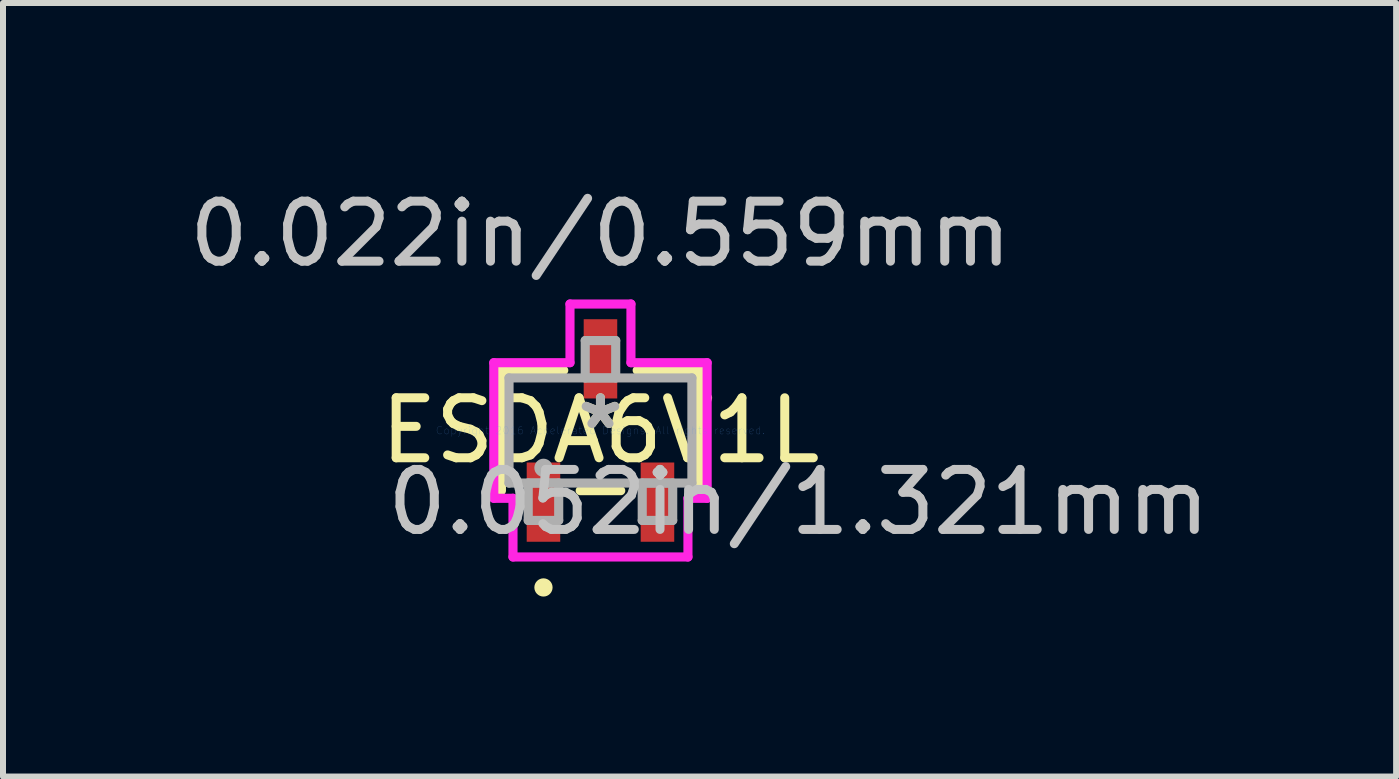
<source format=kicad_pcb>
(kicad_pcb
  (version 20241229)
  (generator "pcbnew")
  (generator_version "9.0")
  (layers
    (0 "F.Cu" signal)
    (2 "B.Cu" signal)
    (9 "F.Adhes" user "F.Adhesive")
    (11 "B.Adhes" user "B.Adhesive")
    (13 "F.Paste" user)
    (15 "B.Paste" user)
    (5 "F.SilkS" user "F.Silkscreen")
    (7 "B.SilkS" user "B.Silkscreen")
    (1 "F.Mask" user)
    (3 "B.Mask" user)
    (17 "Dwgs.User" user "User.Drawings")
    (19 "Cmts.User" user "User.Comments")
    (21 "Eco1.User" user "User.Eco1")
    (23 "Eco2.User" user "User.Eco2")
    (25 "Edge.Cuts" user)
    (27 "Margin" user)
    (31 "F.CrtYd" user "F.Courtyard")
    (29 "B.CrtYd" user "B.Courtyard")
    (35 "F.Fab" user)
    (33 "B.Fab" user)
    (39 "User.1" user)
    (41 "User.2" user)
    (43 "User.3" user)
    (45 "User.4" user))
  (footprint "ESDA6V1L"
    (layer "F.Cu")
    (at 6.958 4.125)
    (property "Reference" "ESDA6V1L" (at 0 0 0) (layer "F.SilkS") (effects (font (size 1 1) (thickness 0.15))))
    (attr through_hole)
    (fp_line (start -1.651 -1.003) (end -1.651 1.003) (stroke (width 0.152) (type solid)) (layer "F.SilkS"))
    (fp_line (start -0.612 -1.003) (end -1.651 -1.003) (stroke (width 0.152) (type solid)) (layer "F.SilkS"))
    (fp_line (start -0.338 1.003) (end 0.338 1.003) (stroke (width 0.152) (type solid)) (layer "F.SilkS"))
    (fp_line (start 1.651 -1.003) (end 0.612 -1.003) (stroke (width 0.152) (type solid)) (layer "F.SilkS"))
    (fp_line (start 1.651 1.003) (end 1.651 -1.003) (stroke (width 0.152) (type solid)) (layer "F.SilkS"))
    (fp_circle (center -0.95 2.616) (end -0.874 2.616) (stroke (width 0.152) (type solid)) (fill no) (layer "F.SilkS"))
    (fp_line (start -1.778 -1.13) (end -0.508 -1.13) (stroke (width 0.152) (type solid)) (layer "F.CrtYd"))
    (fp_line (start -1.778 1.13) (end -1.778 -1.13) (stroke (width 0.152) (type solid)) (layer "F.CrtYd"))
    (fp_line (start -1.458 1.13) (end -1.778 1.13) (stroke (width 0.152) (type solid)) (layer "F.CrtYd"))
    (fp_line (start -1.458 2.108) (end -1.458 1.13) (stroke (width 0.152) (type solid)) (layer "F.CrtYd"))
    (fp_line (start -0.508 -2.108) (end 0.508 -2.108) (stroke (width 0.152) (type solid)) (layer "F.CrtYd"))
    (fp_line (start -0.508 -1.13) (end -0.508 -2.108) (stroke (width 0.152) (type solid)) (layer "F.CrtYd"))
    (fp_line (start 0.508 -2.108) (end 0.508 -1.13) (stroke (width 0.152) (type solid)) (layer "F.CrtYd"))
    (fp_line (start 0.508 -1.13) (end 1.778 -1.13) (stroke (width 0.152) (type solid)) (layer "F.CrtYd"))
    (fp_line (start 1.458 1.13) (end 1.458 2.108) (stroke (width 0.152) (type solid)) (layer "F.CrtYd"))
    (fp_line (start 1.458 2.108) (end -1.458 2.108) (stroke (width 0.152) (type solid)) (layer "F.CrtYd"))
    (fp_line (start 1.778 -1.13) (end 1.778 1.13) (stroke (width 0.152) (type solid)) (layer "F.CrtYd"))
    (fp_line (start 1.778 1.13) (end 1.458 1.13) (stroke (width 0.152) (type solid)) (layer "F.CrtYd"))
    (fp_line (start -1.524 -0.876) (end -1.524 0.876) (stroke (width 0.152) (type solid)) (layer "F.Fab"))
    (fp_line (start -1.524 0.876) (end 1.524 0.876) (stroke (width 0.152) (type solid)) (layer "F.Fab"))
    (fp_line (start -1.204 0.876) (end -1.204 1.499) (stroke (width 0.152) (type solid)) (layer "F.Fab"))
    (fp_line (start -1.204 1.499) (end -0.696 1.499) (stroke (width 0.152) (type solid)) (layer "F.Fab"))
    (fp_line (start -0.696 0.876) (end -1.204 0.876) (stroke (width 0.152) (type solid)) (layer "F.Fab"))
    (fp_line (start -0.696 1.499) (end -0.696 0.876) (stroke (width 0.152) (type solid)) (layer "F.Fab"))
    (fp_line (start -0.254 -1.499) (end -0.254 -0.876) (stroke (width 0.152) (type solid)) (layer "F.Fab"))
    (fp_line (start -0.254 -0.876) (end 0.254 -0.876) (stroke (width 0.152) (type solid)) (layer "F.Fab"))
    (fp_line (start 0.254 -1.499) (end -0.254 -1.499) (stroke (width 0.152) (type solid)) (layer "F.Fab"))
    (fp_line (start 0.254 -0.876) (end 0.254 -1.499) (stroke (width 0.152) (type solid)) (layer "F.Fab"))
    (fp_line (start 0.696 0.876) (end 0.696 1.499) (stroke (width 0.152) (type solid)) (layer "F.Fab"))
    (fp_line (start 0.696 1.499) (end 1.204 1.499) (stroke (width 0.152) (type solid)) (layer "F.Fab"))
    (fp_line (start 1.204 0.876) (end 0.696 0.876) (stroke (width 0.152) (type solid)) (layer "F.Fab"))
    (fp_line (start 1.204 1.499) (end 1.204 0.876) (stroke (width 0.152) (type solid)) (layer "F.Fab"))
    (fp_line (start 1.524 -0.876) (end -1.524 -0.876) (stroke (width 0.152) (type solid)) (layer "F.Fab"))
    (fp_line (start 1.524 0.876) (end 1.524 -0.876) (stroke (width 0.152) (type solid)) (layer "F.Fab"))
    (fp_circle (center -0.95 0.622) (end -0.874 0.622) (stroke (width 0.152) (type solid)) (fill no) (layer "F.Fab"))
    (fp_text user "*" (at 0 0 0) (layer "F.SilkS") (effects (font (size 1 1) (thickness 0.15))))
    (fp_text user "0.052in/1.321mm" (at 3.302 1.194 0) (layer "Dwgs.User") (effects (font (size 1 1) (thickness 0.15))))
    (fp_text user "0.022in/0.559mm" (at 0 -3.277 0) (layer "Dwgs.User") (effects (font (size 1 1) (thickness 0.15))))
    (fp_text user "Copyright 2016 Accelerated Designs. All rights reserved." (at 0 0 0) (layer "Cmts.User") (effects (font (size 0.127 0.127) (thickness 0.002))))
    (fp_text user "*" (at 0 0 0) (layer "F.Fab") (effects (font (size 1 1) (thickness 0.15))))
    (pad "1" smd rect (at -0.95 1.194) (size 0.559 1.321) (layers "F.Cu" "F.Mask" "F.Paste"))
    (pad "2" smd rect (at 0.95 1.194) (size 0.559 1.321) (layers "F.Cu" "F.Mask" "F.Paste"))
    (pad "3" smd rect (at 0 -1.194) (size 0.559 1.321) (layers "F.Cu" "F.Mask" "F.Paste")))
  (gr_rect
    (start -3 -3)
    (end 20.219 9.893)
    (stroke (width 0.1) (type default))
    (fill no)
    (layer "Edge.Cuts")))
</source>
